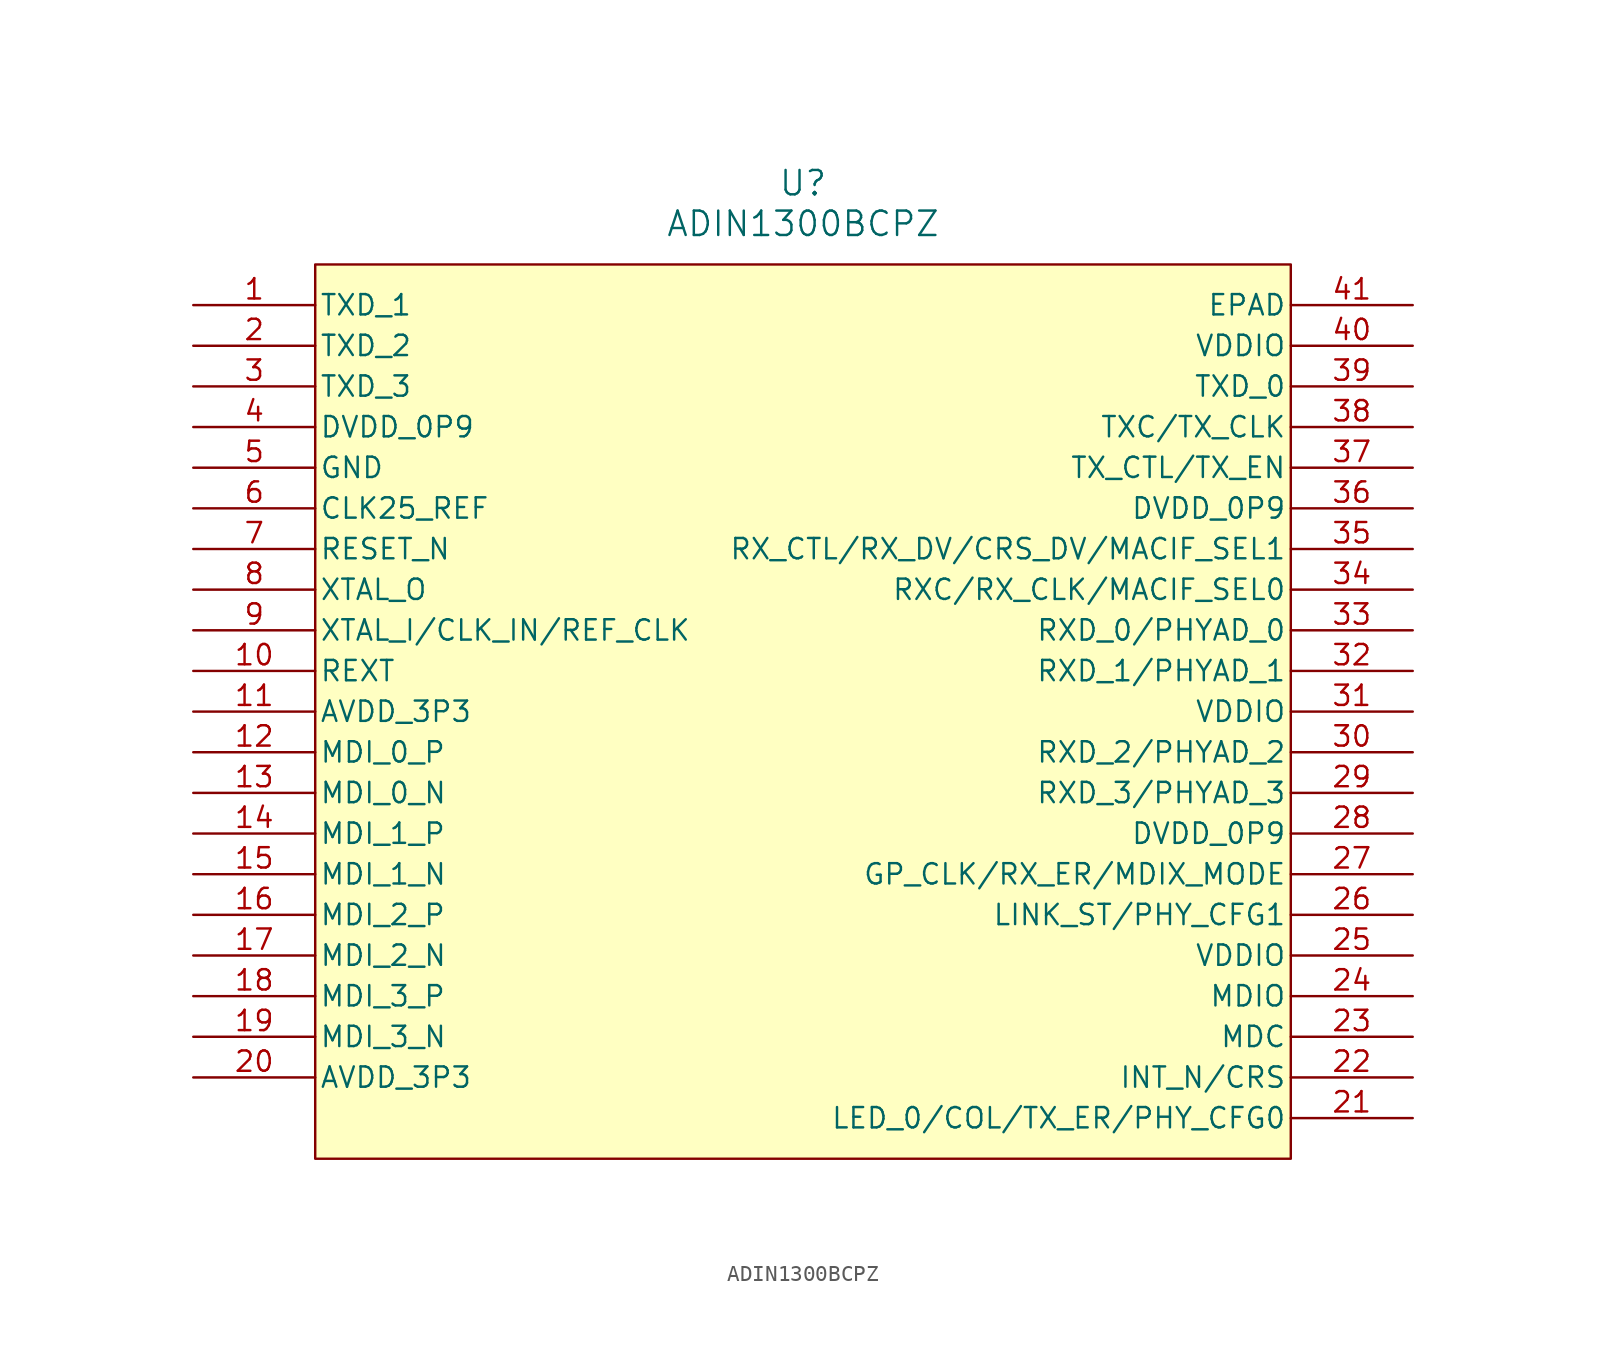
<source format=kicad_sym>
(kicad_symbol_lib
  (version 20241209)
  (generator "kicad_symbol_editor")
  (generator_version "9.0")
  (symbol "ADIN1300BCPZ"
    (pin_names
      (offset 0.254))
    (property "Reference" "U"
      (at 38.1 7.62 0)
      (effects (font (size 1.524 1.524))))
    (property "Value" "ADIN1300BCPZ"
      (at 38.1 5.08 0)
      (effects (font (size 1.524 1.524))))
    (symbol "ADIN1300BCPZ_0_1"
      (pin unspecified line (at 0 0 0) (length 7.62) (name "TXD_1" (effects (font (size 1.27 1.27)))) (number "1" (effects (font (size 1.27 1.27)))))
      (pin unspecified line (at 0 -2.54 0) (length 7.62) (name "TXD_2" (effects (font (size 1.27 1.27)))) (number "2" (effects (font (size 1.27 1.27)))))
      (pin unspecified line (at 0 -5.08 0) (length 7.62) (name "TXD_3" (effects (font (size 1.27 1.27)))) (number "3" (effects (font (size 1.27 1.27)))))
      (pin unspecified line (at 0 -7.62 0) (length 7.62) (name "DVDD_0P9" (effects (font (size 1.27 1.27)))) (number "4" (effects (font (size 1.27 1.27)))))
      (pin unspecified line (at 0 -10.16 0) (length 7.62) (name "GND" (effects (font (size 1.27 1.27)))) (number "5" (effects (font (size 1.27 1.27)))))
      (pin unspecified line (at 0 -12.7 0) (length 7.62) (name "CLK25_REF" (effects (font (size 1.27 1.27)))) (number "6" (effects (font (size 1.27 1.27)))))
      (pin unspecified line (at 0 -15.24 0) (length 7.62) (name "RESET_N" (effects (font (size 1.27 1.27)))) (number "7" (effects (font (size 1.27 1.27)))))
      (pin unspecified line (at 0 -17.78 0) (length 7.62) (name "XTAL_O" (effects (font (size 1.27 1.27)))) (number "8" (effects (font (size 1.27 1.27)))))
      (pin unspecified line (at 0 -20.32 0) (length 7.62) (name "XTAL_I/CLK_IN/REF_CLK" (effects (font (size 1.27 1.27)))) (number "9" (effects (font (size 1.27 1.27)))))
      (pin unspecified line (at 0 -22.86 0) (length 7.62) (name "REXT" (effects (font (size 1.27 1.27)))) (number "10" (effects (font (size 1.27 1.27)))))
      (pin unspecified line (at 0 -25.4 0) (length 7.62) (name "AVDD_3P3" (effects (font (size 1.27 1.27)))) (number "11" (effects (font (size 1.27 1.27)))))
      (pin unspecified line (at 0 -27.94 0) (length 7.62) (name "MDI_0_P" (effects (font (size 1.27 1.27)))) (number "12" (effects (font (size 1.27 1.27)))))
      (pin unspecified line (at 0 -30.48 0) (length 7.62) (name "MDI_0_N" (effects (font (size 1.27 1.27)))) (number "13" (effects (font (size 1.27 1.27)))))
      (pin unspecified line (at 0 -33.02 0) (length 7.62) (name "MDI_1_P" (effects (font (size 1.27 1.27)))) (number "14" (effects (font (size 1.27 1.27)))))
      (pin unspecified line (at 0 -35.56 0) (length 7.62) (name "MDI_1_N" (effects (font (size 1.27 1.27)))) (number "15" (effects (font (size 1.27 1.27)))))
      (pin unspecified line (at 0 -38.1 0) (length 7.62) (name "MDI_2_P" (effects (font (size 1.27 1.27)))) (number "16" (effects (font (size 1.27 1.27)))))
      (pin unspecified line (at 0 -40.64 0) (length 7.62) (name "MDI_2_N" (effects (font (size 1.27 1.27)))) (number "17" (effects (font (size 1.27 1.27)))))
      (pin unspecified line (at 0 -43.18 0) (length 7.62) (name "MDI_3_P" (effects (font (size 1.27 1.27)))) (number "18" (effects (font (size 1.27 1.27)))))
      (pin unspecified line (at 0 -45.72 0) (length 7.62) (name "MDI_3_N" (effects (font (size 1.27 1.27)))) (number "19" (effects (font (size 1.27 1.27)))))
      (pin unspecified line (at 0 -48.26 0) (length 7.62) (name "AVDD_3P3" (effects (font (size 1.27 1.27)))) (number "20" (effects (font (size 1.27 1.27)))))
      (pin unspecified line (at 76.2 0 180) (length 7.62) (name "EPAD" (effects (font (size 1.27 1.27)))) (number "41" (effects (font (size 1.27 1.27)))))
      (pin unspecified line (at 76.2 -2.54 180) (length 7.62) (name "VDDIO" (effects (font (size 1.27 1.27)))) (number "40" (effects (font (size 1.27 1.27)))))
      (pin unspecified line (at 76.2 -5.08 180) (length 7.62) (name "TXD_0" (effects (font (size 1.27 1.27)))) (number "39" (effects (font (size 1.27 1.27)))))
      (pin unspecified line (at 76.2 -7.62 180) (length 7.62) (name "TXC/TX_CLK" (effects (font (size 1.27 1.27)))) (number "38" (effects (font (size 1.27 1.27)))))
      (pin unspecified line (at 76.2 -10.16 180) (length 7.62) (name "TX_CTL/TX_EN" (effects (font (size 1.27 1.27)))) (number "37" (effects (font (size 1.27 1.27)))))
      (pin unspecified line (at 76.2 -12.7 180) (length 7.62) (name "DVDD_0P9" (effects (font (size 1.27 1.27)))) (number "36" (effects (font (size 1.27 1.27)))))
      (pin unspecified line (at 76.2 -15.24 180) (length 7.62) (name "RX_CTL/RX_DV/CRS_DV/MACIF_SEL1" (effects (font (size 1.27 1.27)))) (number "35" (effects (font (size 1.27 1.27)))))
      (pin unspecified line (at 76.2 -17.78 180) (length 7.62) (name "RXC/RX_CLK/MACIF_SEL0" (effects (font (size 1.27 1.27)))) (number "34" (effects (font (size 1.27 1.27)))))
      (pin unspecified line (at 76.2 -20.32 180) (length 7.62) (name "RXD_0/PHYAD_0" (effects (font (size 1.27 1.27)))) (number "33" (effects (font (size 1.27 1.27)))))
      (pin unspecified line (at 76.2 -22.86 180) (length 7.62) (name "RXD_1/PHYAD_1" (effects (font (size 1.27 1.27)))) (number "32" (effects (font (size 1.27 1.27)))))
      (pin unspecified line (at 76.2 -25.4 180) (length 7.62) (name "VDDIO" (effects (font (size 1.27 1.27)))) (number "31" (effects (font (size 1.27 1.27)))))
      (pin unspecified line (at 76.2 -27.94 180) (length 7.62) (name "RXD_2/PHYAD_2" (effects (font (size 1.27 1.27)))) (number "30" (effects (font (size 1.27 1.27)))))
      (pin unspecified line (at 76.2 -30.48 180) (length 7.62) (name "RXD_3/PHYAD_3" (effects (font (size 1.27 1.27)))) (number "29" (effects (font (size 1.27 1.27)))))
      (pin unspecified line (at 76.2 -33.02 180) (length 7.62) (name "DVDD_0P9" (effects (font (size 1.27 1.27)))) (number "28" (effects (font (size 1.27 1.27)))))
      (pin unspecified line (at 76.2 -35.56 180) (length 7.62) (name "GP_CLK/RX_ER/MDIX_MODE" (effects (font (size 1.27 1.27)))) (number "27" (effects (font (size 1.27 1.27)))))
      (pin unspecified line (at 76.2 -38.1 180) (length 7.62) (name "LINK_ST/PHY_CFG1" (effects (font (size 1.27 1.27)))) (number "26" (effects (font (size 1.27 1.27)))))
      (pin unspecified line (at 76.2 -40.64 180) (length 7.62) (name "VDDIO" (effects (font (size 1.27 1.27)))) (number "25" (effects (font (size 1.27 1.27)))))
      (pin unspecified line (at 76.2 -43.18 180) (length 7.62) (name "MDIO" (effects (font (size 1.27 1.27)))) (number "24" (effects (font (size 1.27 1.27)))))
      (pin unspecified line (at 76.2 -45.72 180) (length 7.62) (name "MDC" (effects (font (size 1.27 1.27)))) (number "23" (effects (font (size 1.27 1.27)))))
      (pin unspecified line (at 76.2 -48.26 180) (length 7.62) (name "INT_N/CRS" (effects (font (size 1.27 1.27)))) (number "22" (effects (font (size 1.27 1.27)))))
      (pin unspecified line (at 76.2 -50.8 180) (length 7.62) (name "LED_0/COL/TX_ER/PHY_CFG0" (effects (font (size 1.27 1.27)))) (number "21" (effects (font (size 1.27 1.27))))))
    (symbol "ADIN1300BCPZ_1_1"
      (rectangle (start 7.62 2.54) (end 68.58 -53.34) (stroke (width 0) (type solid)) (fill (type background))))))
</source>
